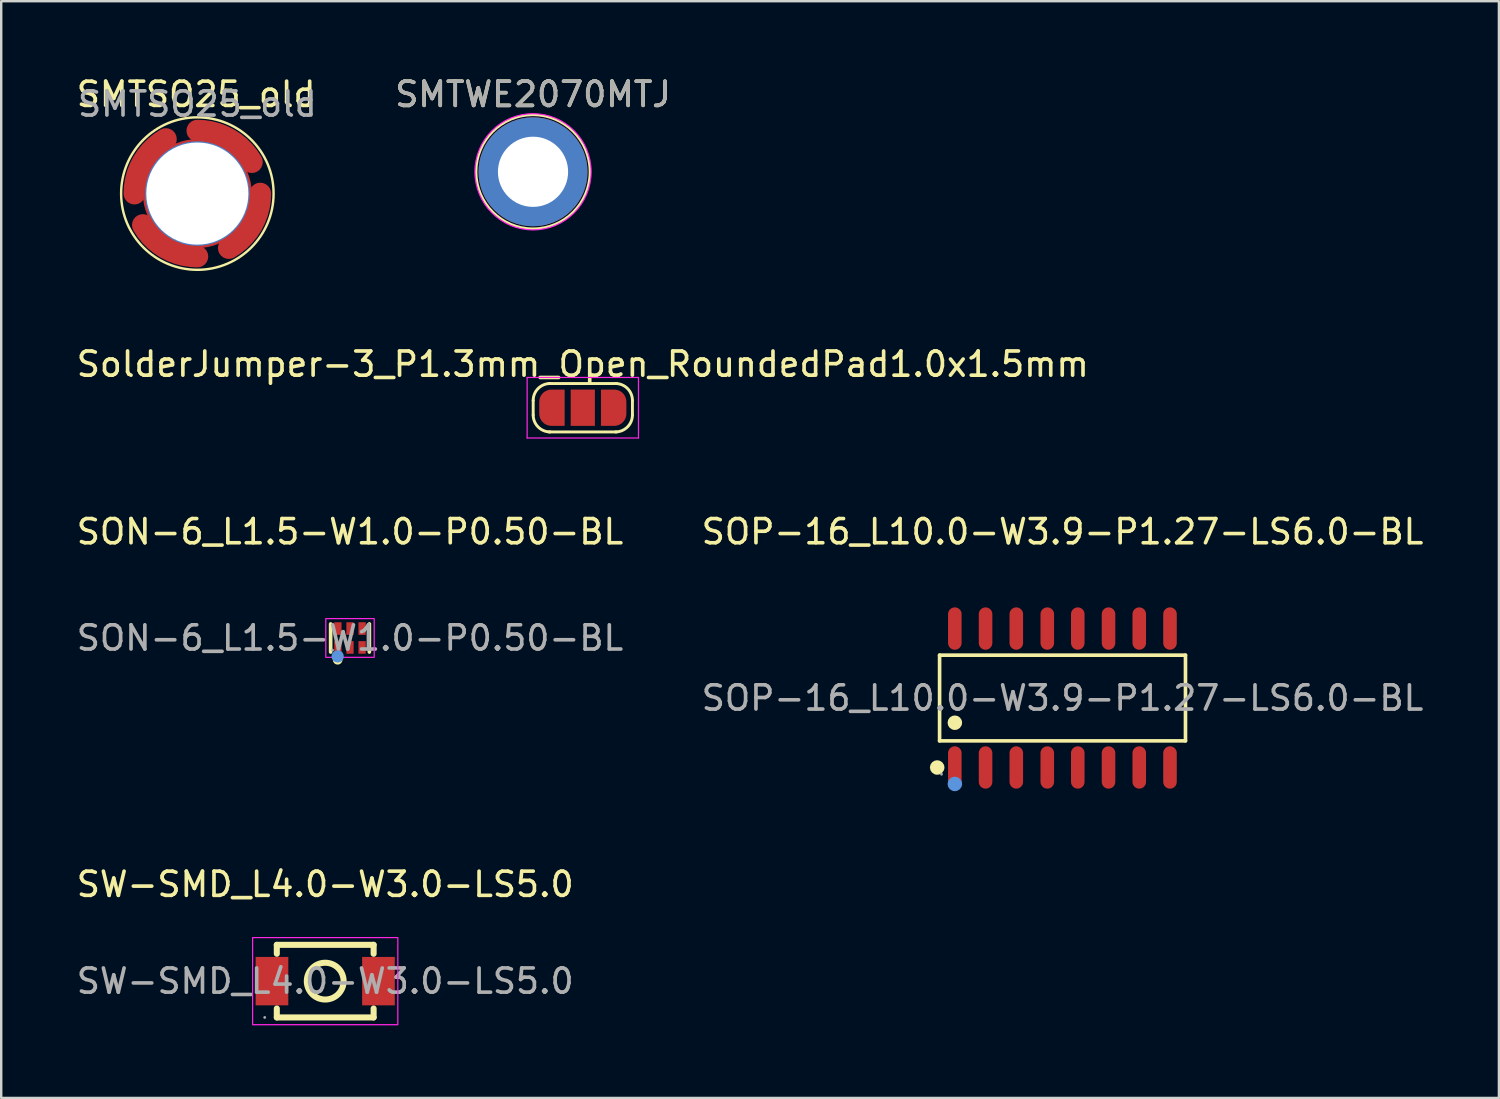
<source format=kicad_pcb>
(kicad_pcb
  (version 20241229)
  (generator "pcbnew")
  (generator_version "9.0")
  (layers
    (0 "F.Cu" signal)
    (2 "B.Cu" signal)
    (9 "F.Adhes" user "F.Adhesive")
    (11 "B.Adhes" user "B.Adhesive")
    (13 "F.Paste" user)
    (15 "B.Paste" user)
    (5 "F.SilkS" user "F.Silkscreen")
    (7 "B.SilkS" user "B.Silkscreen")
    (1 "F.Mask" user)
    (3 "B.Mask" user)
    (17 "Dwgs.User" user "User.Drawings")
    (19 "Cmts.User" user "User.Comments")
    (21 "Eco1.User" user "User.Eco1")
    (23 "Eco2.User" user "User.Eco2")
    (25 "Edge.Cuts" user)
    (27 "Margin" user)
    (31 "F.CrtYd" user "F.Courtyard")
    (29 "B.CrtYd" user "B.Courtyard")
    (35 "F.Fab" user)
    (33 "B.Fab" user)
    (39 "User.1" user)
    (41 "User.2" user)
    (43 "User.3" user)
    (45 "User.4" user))
  (footprint "SON-6_L1.5-W1.0-P0.50-BL"
    (layer "F.Cu")
    (at 11.411 23.31)
    (property "Reference" "SON-6_L1.5-W1.0-P0.50-BL" (at 0 -4.39 0) (layer "F.SilkS") (effects (font (size 1 1) (thickness 0.15))))
    (attr smd)
    (fp_line (start -0.8 0.58) (end -0.8 -0.58) (stroke (width 0.15) (type solid)) (layer "F.SilkS"))
    (fp_line (start 0.8 -0.58) (end 0.8 0.58) (stroke (width 0.15) (type solid)) (layer "F.SilkS"))
    (fp_circle (center -0.51 0.9) (end -0.41 0.9) (stroke (width 0.2) (type solid)) (fill no) (layer "F.SilkS"))
    (fp_circle (center -0.51 0.76) (end -0.38 0.76) (stroke (width 0.25) (type solid)) (fill no) (layer "Cmts.User"))
    (fp_rect (start -1 -0.8) (end 1 0.8) (stroke (width 0.05) (type default)) (fill no) (layer "F.CrtYd"))
    (fp_circle (center -0.72 0.5) (end -0.69 0.5) (stroke (width 0.06) (type solid)) (fill no) (layer "F.Fab"))
    (fp_text user "${REFERENCE}" (at 0 0 0) (layer "F.Fab") (effects (font (size 1 1) (thickness 0.15))))
    (pad "1" smd rect (at -0.5 0.39) (size 0.3 0.52) (layers "F.Cu" "F.Mask" "F.Paste"))
    (pad "2" smd rect (at 0 0.39) (size 0.3 0.52) (layers "F.Cu" "F.Mask" "F.Paste"))
    (pad "3" smd rect (at 0.5 0.39) (size 0.3 0.52) (layers "F.Cu" "F.Mask" "F.Paste"))
    (pad "4" smd rect (at 0.5 -0.39) (size 0.3 0.52) (layers "F.Cu" "F.Mask" "F.Paste"))
    (pad "5" smd rect (at 0 -0.39) (size 0.3 0.52) (layers "F.Cu" "F.Mask" "F.Paste"))
    (pad "6" smd rect (at -0.5 -0.39) (size 0.3 0.52) (layers "F.Cu" "F.Mask" "F.Paste")))
  (footprint "SMTWE2070MTJ"
    (layer "F.Cu")
    (at 18.973 4.048)
    (property "Reference" "SMTWE2070MTJ" (at 0 -3.2 0) (layer "F.SilkS") (effects (font (size 1 1) (thickness 0.15))))
    (attr smd)
    (fp_circle (center 0 0) (end 2.35 0) (stroke (width 0.1) (type solid)) (fill no) (layer "F.SilkS"))
    (fp_arc (start -1.9 0) (mid -1.64488 -0.950984) (end -0.948032 -1.646583) (stroke (width 0.7) (type default)) (layer "F.Paste"))
    (fp_arc (start -0.000005 -1.900001) (mid 0.950979 -1.644882) (end 1.646578 -0.948033) (stroke (width 0.7) (type default)) (layer "F.Paste"))
    (fp_arc (start 0 1.899998) (mid -0.950984 1.644878) (end -1.646583 0.94803) (stroke (width 0.7) (type default)) (layer "F.Paste"))
    (fp_arc (start 1.899996 -0.000006) (mid 1.644877 0.950978) (end 0.948028 1.646577) (stroke (width 0.7) (type default)) (layer "F.Paste"))
    (fp_circle (center 0 0) (end 2.4 0) (stroke (width 0.05) (type default)) (fill no) (layer "F.CrtYd"))
    (fp_text user "${REFERENCE}" (at 0 -3.2 0) (layer "F.Fab") (effects (font (size 1 1) (thickness 0.15))))
    (pad "1" thru_hole circle (at 0 0) (size 4.5 4.5) (drill 2.9) (layers "*.Cu" "*.Mask")))
  (footprint "SOP-16_L10.0-W3.9-P1.27-LS6.0-BL"
    (layer "F.Cu")
    (at 40.851 25.79)
    (property "Reference" "SOP-16_L10.0-W3.9-P1.27-LS6.0-BL" (at 0 -6.87 0) (layer "F.SilkS") (effects (font (size 1 1) (thickness 0.15))))
    (attr smd)
    (fp_line (start -5.08 -1.77) (end 5.08 -1.77) (stroke (width 0.15) (type solid)) (layer "F.SilkS"))
    (fp_line (start -5.08 1.77) (end -5.08 -1.77) (stroke (width 0.15) (type solid)) (layer "F.SilkS"))
    (fp_line (start 5.08 -1.77) (end 5.08 1.77) (stroke (width 0.15) (type solid)) (layer "F.SilkS"))
    (fp_line (start 5.08 1.77) (end -5.08 1.77) (stroke (width 0.15) (type solid)) (layer "F.SilkS"))
    (fp_circle (center -5.18 2.87) (end -5.03 2.87) (stroke (width 0.3) (type solid)) (fill no) (layer "F.SilkS"))
    (fp_circle (center -4.45 1.02) (end -4.3 1.02) (stroke (width 0.3) (type solid)) (fill no) (layer "F.SilkS"))
    (fp_circle (center -4.45 3.55) (end -4.3 3.55) (stroke (width 0.3) (type solid)) (fill no) (layer "Cmts.User"))
    (fp_circle (center -5 3.15) (end -4.97 3.15) (stroke (width 0.06) (type solid)) (fill no) (layer "F.Fab"))
    (fp_text user "${REFERENCE}" (at 0 0 0) (layer "F.Fab") (effects (font (size 1 1) (thickness 0.15))))
    (pad "1" smd oval (at -4.45 2.87) (size 0.56 1.75) (layers "F.Cu" "F.Mask" "F.Paste"))
    (pad "2" smd oval (at -3.18 2.87) (size 0.56 1.75) (layers "F.Cu" "F.Mask" "F.Paste"))
    (pad "3" smd oval (at -1.91 2.87) (size 0.56 1.75) (layers "F.Cu" "F.Mask" "F.Paste"))
    (pad "4" smd oval (at -0.63 2.87) (size 0.56 1.75) (layers "F.Cu" "F.Mask" "F.Paste"))
    (pad "5" smd oval (at 0.63 2.87) (size 0.56 1.75) (layers "F.Cu" "F.Mask" "F.Paste"))
    (pad "6" smd oval (at 1.9 2.87) (size 0.56 1.75) (layers "F.Cu" "F.Mask" "F.Paste"))
    (pad "7" smd oval (at 3.17 2.87) (size 0.56 1.75) (layers "F.Cu" "F.Mask" "F.Paste"))
    (pad "8" smd oval (at 4.44 2.87) (size 0.56 1.75) (layers "F.Cu" "F.Mask" "F.Paste"))
    (pad "9" smd oval (at 4.44 -2.87) (size 0.56 1.75) (layers "F.Cu" "F.Mask" "F.Paste"))
    (pad "10" smd oval (at 3.17 -2.87) (size 0.56 1.75) (layers "F.Cu" "F.Mask" "F.Paste"))
    (pad "11" smd oval (at 1.9 -2.87) (size 0.56 1.75) (layers "F.Cu" "F.Mask" "F.Paste"))
    (pad "12" smd oval (at 0.63 -2.87) (size 0.56 1.75) (layers "F.Cu" "F.Mask" "F.Paste"))
    (pad "13" smd oval (at -0.63 -2.87) (size 0.56 1.75) (layers "F.Cu" "F.Mask" "F.Paste"))
    (pad "14" smd oval (at -1.91 -2.87) (size 0.56 1.75) (layers "F.Cu" "F.Mask" "F.Paste"))
    (pad "15" smd oval (at -3.18 -2.87) (size 0.56 1.75) (layers "F.Cu" "F.Mask" "F.Paste"))
    (pad "16" smd oval (at -4.45 -2.87) (size 0.56 1.75) (layers "F.Cu" "F.Mask" "F.Paste")))
  (footprint "SolderJumper-3_P1.3mm_Open_RoundedPad1.0x1.5mm"
    (layer "F.Cu")
    (at 21.03 13.796)
    (property "Reference" "SolderJumper-3_P1.3mm_Open_RoundedPad1.0x1.5mm" (at 0 -1.8 0) (layer "F.SilkS") (effects (font (size 1 1) (thickness 0.15))))
    (attr exclude_from_pos_files exclude_from_bom allow_soldermask_bridges)
    (fp_rect (start -0.75 -0.75) (end 0.75 0.75) (stroke (width 0) (type default)) (fill yes) (layer "F.Mask"))
    (fp_line (start -2.05 0.3) (end -2.05 -0.3) (stroke (width 0.12) (type solid)) (layer "F.SilkS"))
    (fp_line (start -1.4 -1) (end 1.4 -1) (stroke (width 0.12) (type solid)) (layer "F.SilkS"))
    (fp_line (start 1.4 1) (end -1.4 1) (stroke (width 0.12) (type solid)) (layer "F.SilkS"))
    (fp_line (start 2.05 -0.3) (end 2.05 0.3) (stroke (width 0.12) (type solid)) (layer "F.SilkS"))
    (fp_arc (start -2.05 -0.3) (mid -1.844975 -0.794975) (end -1.35 -1) (stroke (width 0.12) (type solid)) (layer "F.SilkS"))
    (fp_arc (start -1.35 1) (mid -1.844975 0.794975) (end -2.05 0.3) (stroke (width 0.12) (type solid)) (layer "F.SilkS"))
    (fp_arc (start 1.35 -1) (mid 1.844975 -0.794975) (end 2.05 -0.3) (stroke (width 0.12) (type solid)) (layer "F.SilkS"))
    (fp_arc (start 2.05 0.3) (mid 1.844975 0.794975) (end 1.35 1) (stroke (width 0.12) (type solid)) (layer "F.SilkS"))
    (fp_line (start -2.3 -1.25) (end -2.3 1.25) (stroke (width 0.05) (type solid)) (layer "F.CrtYd"))
    (fp_line (start -2.3 -1.25) (end 2.3 -1.25) (stroke (width 0.05) (type solid)) (layer "F.CrtYd"))
    (fp_line (start 2.3 1.25) (end -2.3 1.25) (stroke (width 0.05) (type solid)) (layer "F.CrtYd"))
    (fp_line (start 2.3 1.25) (end 2.3 -1.25) (stroke (width 0.05) (type solid)) (layer "F.CrtYd"))
    (pad "1" smd custom (at -1.3 0) (size 1 0.5) (layers "F.Cu" "F.Mask") (options (anchor rect)) (primitives (gr_circle (center 0 0.25) (end 0.5 0.25) (width 0) (fill yes)) (gr_circle (center 0 -0.25) (end 0.5 -0.25) (width 0) (fill yes)) (gr_poly (pts (xy 0.55 0.75) (xy 0 0.75) (xy 0 -0.75) (xy 0.55 -0.75)) (width 0) (fill yes))))
    (pad "2" smd rect (at 0 0) (size 1 1.5) (layers "F.Cu" "F.Mask"))
    (pad "3" smd custom (at 1.3 0) (size 1 0.5) (layers "F.Cu" "F.Mask") (options (anchor rect)) (primitives (gr_circle (center 0 0.25) (end 0.5 0.25) (width 0) (fill yes)) (gr_circle (center 0 -0.25) (end 0.5 -0.25) (width 0) (fill yes)) (gr_poly (pts (xy 0 0.75) (xy -0.55 0.75) (xy -0.55 -0.75) (xy 0 -0.75)) (width 0) (fill yes)))))
  (footprint "SW-SMD_L4.0-W3.0-LS5.0"
    (layer "F.Cu")
    (at 10.387 37.488)
    (property "Reference" "SW-SMD_L4.0-W3.0-LS5.0" (at 0 -4 0) (layer "F.SilkS") (effects (font (size 1 1) (thickness 0.15))))
    (attr smd)
    (fp_line (start -2 -1.5) (end 2 -1.5) (stroke (width 0.25) (type solid)) (layer "F.SilkS"))
    (fp_line (start -2 -1.13) (end -2 -1.5) (stroke (width 0.25) (type solid)) (layer "F.SilkS"))
    (fp_line (start -2 1.5) (end -2 1.13) (stroke (width 0.25) (type solid)) (layer "F.SilkS"))
    (fp_line (start 2 -1.5) (end 2 -1.13) (stroke (width 0.25) (type solid)) (layer "F.SilkS"))
    (fp_line (start 2 1.13) (end 2 1.5) (stroke (width 0.25) (type solid)) (layer "F.SilkS"))
    (fp_line (start 2 1.5) (end -2 1.5) (stroke (width 0.25) (type solid)) (layer "F.SilkS"))
    (fp_circle (center 0 0) (end 0.76 0) (stroke (width 0.25) (type solid)) (fill no) (layer "F.SilkS"))
    (fp_rect (start -3 -1.8) (end 3 1.8) (stroke (width 0.05) (type default)) (fill no) (layer "F.CrtYd"))
    (fp_circle (center -2.5 1.5) (end -2.47 1.5) (stroke (width 0.06) (type solid)) (fill no) (layer "F.Fab"))
    (fp_text user "${REFERENCE}" (at 0 0 0) (layer "F.Fab") (effects (font (size 1 1) (thickness 0.15))))
    (pad "1" smd rect (at -2.2 0) (size 1.35 2) (layers "F.Cu" "F.Mask" "F.Paste"))
    (pad "2" smd rect (at 2.2 0) (size 1.35 2) (layers "F.Cu" "F.Mask" "F.Paste")))
  (footprint "SMTSO25_old"
    (layer "F.Cu")
    (at 5.104 4.948)
    (property "Reference" "SMTSO25_old" (at -0.05 -4.1 0) (layer "F.SilkS") (effects (font (size 1 1) (thickness 0.15))))
    (attr smd)
    (fp_circle (center 0 0) (end 3.15 0) (stroke (width 0.1) (type solid)) (fill no) (layer "F.SilkS"))
    (fp_text user "${REFERENCE}" (at 0 -3.7 0) (layer "F.Fab") (effects (font (size 1 1) (thickness 0.15))))
    (pad "1" smd custom (at -2.6 0) (size 0.1 0.1) (layers "F.Cu" "F.Mask" "F.Paste") (options (anchor circle)) (primitives (gr_arc (start 0 0) (mid 0.348334 -1.3) (end 1.3 -2.251666) (width 0.9))))
    (pad "1" smd custom (at 0 -2.6 270) (size 0.1 0.1) (layers "F.Cu" "F.Mask" "F.Paste") (options (anchor circle)) (primitives (gr_arc (start 0 0) (mid 0.348334 -1.3) (end 1.3 -2.251666) (width 0.9))))
    (pad "1" thru_hole circle (at 0 0) (size 4.32 4.32) (drill 4.22) (layers "*.Cu" "*.Mask"))
    (pad "1" smd circle (at 0 0) (size 4.5 4.5) (layers "F.Cu" "F.Mask"))
    (pad "1" smd custom (at 0 2.6 90) (size 0.1 0.1) (layers "F.Cu" "F.Mask" "F.Paste") (options (anchor circle)) (primitives (gr_arc (start 0 0) (mid 0.348334 -1.3) (end 1.3 -2.251666) (width 0.9))))
    (pad "1" smd custom (at 2.6 0 180) (size 0.1 0.1) (layers "F.Cu" "F.Mask" "F.Paste") (options (anchor circle)) (primitives (gr_arc (start 0 0) (mid 0.348334 -1.3) (end 1.3 -2.251666) (width 0.9)))))
  (gr_rect
    (start -3 -3)
    (end 58.881 42.313)
    (stroke (width 0.1) (type default))
    (fill no)
    (layer "Edge.Cuts")))
</source>
